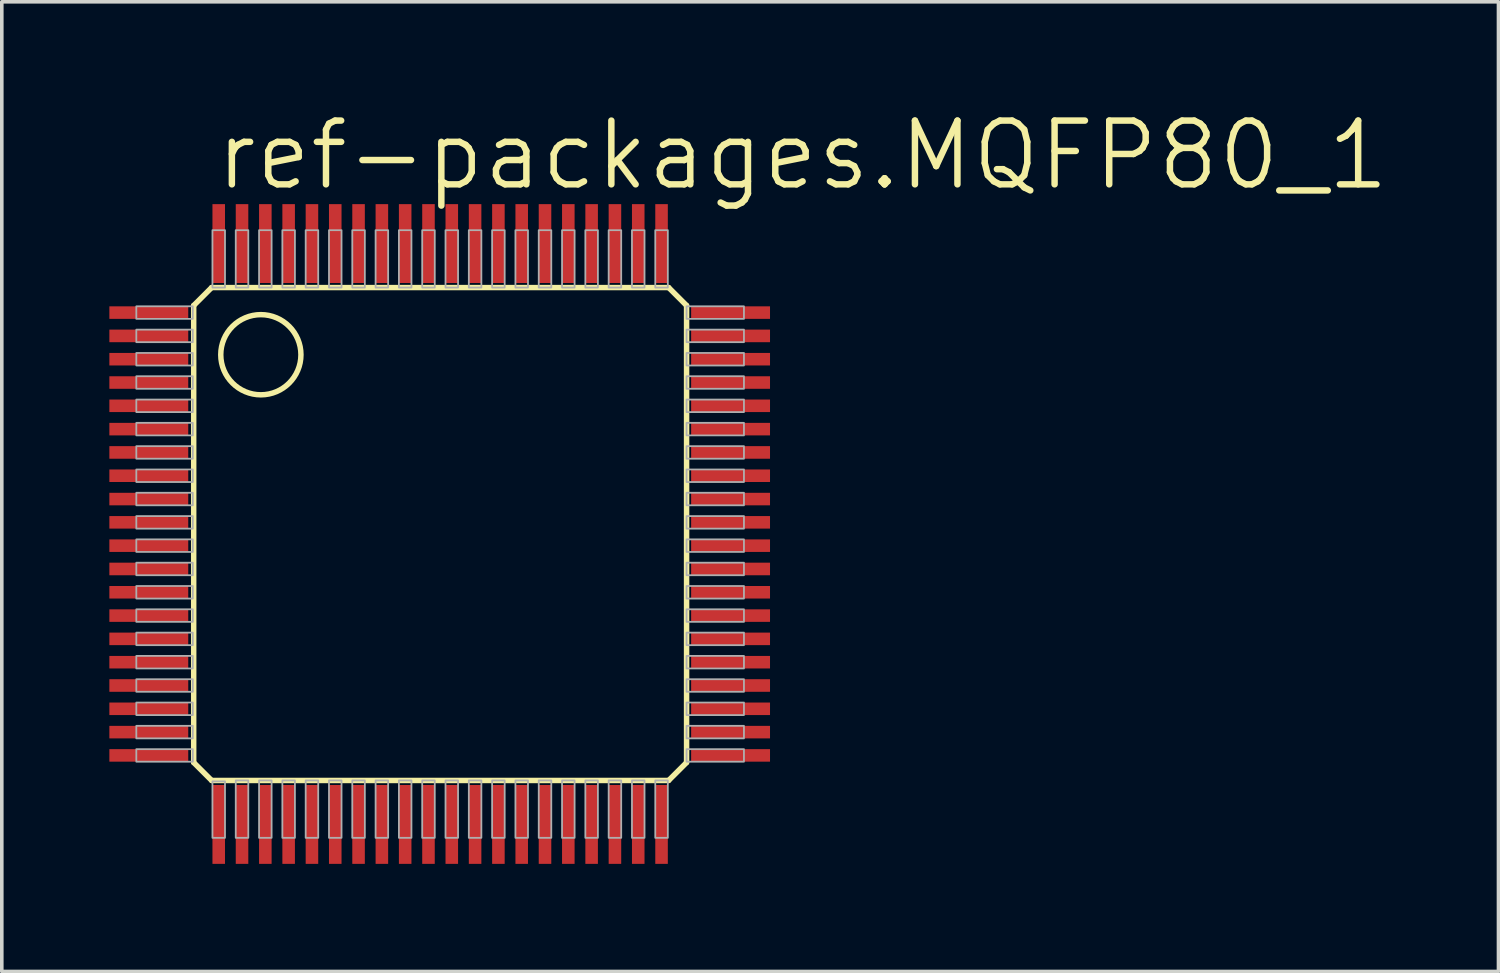
<source format=kicad_pcb>
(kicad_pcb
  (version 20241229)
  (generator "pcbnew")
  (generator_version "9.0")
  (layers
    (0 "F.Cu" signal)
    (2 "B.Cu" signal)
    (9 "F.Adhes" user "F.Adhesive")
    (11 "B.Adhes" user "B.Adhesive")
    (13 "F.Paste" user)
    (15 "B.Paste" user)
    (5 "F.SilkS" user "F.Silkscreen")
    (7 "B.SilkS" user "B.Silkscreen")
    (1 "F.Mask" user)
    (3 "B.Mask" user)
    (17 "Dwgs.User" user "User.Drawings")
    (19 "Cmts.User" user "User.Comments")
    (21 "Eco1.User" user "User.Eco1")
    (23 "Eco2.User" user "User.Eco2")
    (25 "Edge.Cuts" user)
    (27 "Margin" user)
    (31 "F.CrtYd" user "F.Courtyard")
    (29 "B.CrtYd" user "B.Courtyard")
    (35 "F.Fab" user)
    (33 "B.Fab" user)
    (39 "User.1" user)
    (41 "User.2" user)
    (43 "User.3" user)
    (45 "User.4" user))
  (footprint "ref-packages.MQFP80_1"
    (layer "F.Cu")
    (at 9.225 11.843)
    (property "Reference" "ref-packages.MQFP80_1" (at -6.35 -9.525 0) (layer "F.SilkS") (effects (font (size 1.778 1.778) (thickness 0.18)) (justify left bottom)))
    (attr smd)
    (fp_line (start -6.873 -6.373) (end -6.873 6.373) (stroke (width 0.152) (type default)) (layer "F.SilkS"))
    (fp_line (start -6.873 6.373) (end -6.373 6.873) (stroke (width 0.152) (type default)) (layer "F.SilkS"))
    (fp_line (start -6.373 -6.873) (end -6.873 -6.373) (stroke (width 0.152) (type default)) (layer "F.SilkS"))
    (fp_line (start -6.373 6.873) (end 6.373 6.873) (stroke (width 0.152) (type default)) (layer "F.SilkS"))
    (fp_line (start 6.373 -6.873) (end -6.373 -6.873) (stroke (width 0.152) (type default)) (layer "F.SilkS"))
    (fp_line (start 6.373 6.873) (end 6.873 6.373) (stroke (width 0.152) (type default)) (layer "F.SilkS"))
    (fp_line (start 6.873 -6.373) (end 6.373 -6.873) (stroke (width 0.152) (type default)) (layer "F.SilkS"))
    (fp_line (start 6.873 6.373) (end 6.873 -6.373) (stroke (width 0.152) (type default)) (layer "F.SilkS"))
    (fp_circle (center -5 -5) (end -3.882 -5) (stroke (width 0.152) (type default)) (fill no) (layer "F.SilkS"))
    (fp_rect (start -8.473 -6) (end -6.898 -6.35) (stroke (width 0.05) (type default)) (fill no) (layer "F.Fab"))
    (fp_rect (start -8.473 -5.35) (end -6.898 -5.7) (stroke (width 0.05) (type default)) (fill no) (layer "F.Fab"))
    (fp_rect (start -8.473 -4.7) (end -6.898 -5.05) (stroke (width 0.05) (type default)) (fill no) (layer "F.Fab"))
    (fp_rect (start -8.473 -4.05) (end -6.898 -4.4) (stroke (width 0.05) (type default)) (fill no) (layer "F.Fab"))
    (fp_rect (start -8.473 -3.4) (end -6.898 -3.75) (stroke (width 0.05) (type default)) (fill no) (layer "F.Fab"))
    (fp_rect (start -8.473 -2.75) (end -6.898 -3.1) (stroke (width 0.05) (type default)) (fill no) (layer "F.Fab"))
    (fp_rect (start -8.473 -2.1) (end -6.898 -2.45) (stroke (width 0.05) (type default)) (fill no) (layer "F.Fab"))
    (fp_rect (start -8.473 -1.45) (end -6.898 -1.8) (stroke (width 0.05) (type default)) (fill no) (layer "F.Fab"))
    (fp_rect (start -8.473 -0.8) (end -6.898 -1.15) (stroke (width 0.05) (type default)) (fill no) (layer "F.Fab"))
    (fp_rect (start -8.473 -0.15) (end -6.898 -0.5) (stroke (width 0.05) (type default)) (fill no) (layer "F.Fab"))
    (fp_rect (start -8.473 0.5) (end -6.898 0.15) (stroke (width 0.05) (type default)) (fill no) (layer "F.Fab"))
    (fp_rect (start -8.473 1.15) (end -6.898 0.8) (stroke (width 0.05) (type default)) (fill no) (layer "F.Fab"))
    (fp_rect (start -8.473 1.8) (end -6.898 1.45) (stroke (width 0.05) (type default)) (fill no) (layer "F.Fab"))
    (fp_rect (start -8.473 2.45) (end -6.898 2.1) (stroke (width 0.05) (type default)) (fill no) (layer "F.Fab"))
    (fp_rect (start -8.473 3.1) (end -6.898 2.75) (stroke (width 0.05) (type default)) (fill no) (layer "F.Fab"))
    (fp_rect (start -8.473 3.75) (end -6.898 3.4) (stroke (width 0.05) (type default)) (fill no) (layer "F.Fab"))
    (fp_rect (start -8.473 4.4) (end -6.898 4.05) (stroke (width 0.05) (type default)) (fill no) (layer "F.Fab"))
    (fp_rect (start -8.473 5.05) (end -6.898 4.7) (stroke (width 0.05) (type default)) (fill no) (layer "F.Fab"))
    (fp_rect (start -8.473 5.7) (end -6.898 5.35) (stroke (width 0.05) (type default)) (fill no) (layer "F.Fab"))
    (fp_rect (start -8.473 6.35) (end -6.898 6) (stroke (width 0.05) (type default)) (fill no) (layer "F.Fab"))
    (fp_rect (start -6.35 -6.873) (end -6 -8.473) (stroke (width 0.05) (type default)) (fill no) (layer "F.Fab"))
    (fp_rect (start -6.35 8.473) (end -6 6.898) (stroke (width 0.05) (type default)) (fill no) (layer "F.Fab"))
    (fp_rect (start -5.7 -6.873) (end -5.35 -8.473) (stroke (width 0.05) (type default)) (fill no) (layer "F.Fab"))
    (fp_rect (start -5.7 8.473) (end -5.35 6.873) (stroke (width 0.05) (type default)) (fill no) (layer "F.Fab"))
    (fp_rect (start -5.05 -6.873) (end -4.7 -8.473) (stroke (width 0.05) (type default)) (fill no) (layer "F.Fab"))
    (fp_rect (start -5.05 8.473) (end -4.7 6.873) (stroke (width 0.05) (type default)) (fill no) (layer "F.Fab"))
    (fp_rect (start -4.4 -6.873) (end -4.05 -8.473) (stroke (width 0.05) (type default)) (fill no) (layer "F.Fab"))
    (fp_rect (start -4.4 8.473) (end -4.05 6.873) (stroke (width 0.05) (type default)) (fill no) (layer "F.Fab"))
    (fp_rect (start -3.75 -6.873) (end -3.4 -8.473) (stroke (width 0.05) (type default)) (fill no) (layer "F.Fab"))
    (fp_rect (start -3.75 8.473) (end -3.4 6.873) (stroke (width 0.05) (type default)) (fill no) (layer "F.Fab"))
    (fp_rect (start -3.1 -6.873) (end -2.75 -8.473) (stroke (width 0.05) (type default)) (fill no) (layer "F.Fab"))
    (fp_rect (start -3.1 8.473) (end -2.75 6.873) (stroke (width 0.05) (type default)) (fill no) (layer "F.Fab"))
    (fp_rect (start -2.45 -6.873) (end -2.1 -8.473) (stroke (width 0.05) (type default)) (fill no) (layer "F.Fab"))
    (fp_rect (start -2.45 8.473) (end -2.1 6.873) (stroke (width 0.05) (type default)) (fill no) (layer "F.Fab"))
    (fp_rect (start -1.8 -6.873) (end -1.45 -8.473) (stroke (width 0.05) (type default)) (fill no) (layer "F.Fab"))
    (fp_rect (start -1.8 8.473) (end -1.45 6.873) (stroke (width 0.05) (type default)) (fill no) (layer "F.Fab"))
    (fp_rect (start -1.15 -6.873) (end -0.8 -8.473) (stroke (width 0.05) (type default)) (fill no) (layer "F.Fab"))
    (fp_rect (start -1.15 8.473) (end -0.8 6.873) (stroke (width 0.05) (type default)) (fill no) (layer "F.Fab"))
    (fp_rect (start -0.5 -6.873) (end -0.15 -8.473) (stroke (width 0.05) (type default)) (fill no) (layer "F.Fab"))
    (fp_rect (start -0.5 8.473) (end -0.15 6.873) (stroke (width 0.05) (type default)) (fill no) (layer "F.Fab"))
    (fp_rect (start 0.15 -6.873) (end 0.5 -8.473) (stroke (width 0.05) (type default)) (fill no) (layer "F.Fab"))
    (fp_rect (start 0.15 8.473) (end 0.5 6.873) (stroke (width 0.05) (type default)) (fill no) (layer "F.Fab"))
    (fp_rect (start 0.8 -6.873) (end 1.15 -8.473) (stroke (width 0.05) (type default)) (fill no) (layer "F.Fab"))
    (fp_rect (start 0.8 8.473) (end 1.15 6.873) (stroke (width 0.05) (type default)) (fill no) (layer "F.Fab"))
    (fp_rect (start 1.45 -6.873) (end 1.8 -8.473) (stroke (width 0.05) (type default)) (fill no) (layer "F.Fab"))
    (fp_rect (start 1.45 8.473) (end 1.8 6.873) (stroke (width 0.05) (type default)) (fill no) (layer "F.Fab"))
    (fp_rect (start 2.1 -6.873) (end 2.45 -8.473) (stroke (width 0.05) (type default)) (fill no) (layer "F.Fab"))
    (fp_rect (start 2.1 8.473) (end 2.45 6.873) (stroke (width 0.05) (type default)) (fill no) (layer "F.Fab"))
    (fp_rect (start 2.75 -6.873) (end 3.1 -8.473) (stroke (width 0.05) (type default)) (fill no) (layer "F.Fab"))
    (fp_rect (start 2.75 8.473) (end 3.1 6.873) (stroke (width 0.05) (type default)) (fill no) (layer "F.Fab"))
    (fp_rect (start 3.4 -6.873) (end 3.75 -8.473) (stroke (width 0.05) (type default)) (fill no) (layer "F.Fab"))
    (fp_rect (start 3.4 8.473) (end 3.75 6.873) (stroke (width 0.05) (type default)) (fill no) (layer "F.Fab"))
    (fp_rect (start 4.05 -6.873) (end 4.4 -8.473) (stroke (width 0.05) (type default)) (fill no) (layer "F.Fab"))
    (fp_rect (start 4.05 8.473) (end 4.4 6.873) (stroke (width 0.05) (type default)) (fill no) (layer "F.Fab"))
    (fp_rect (start 4.7 -6.873) (end 5.05 -8.473) (stroke (width 0.05) (type default)) (fill no) (layer "F.Fab"))
    (fp_rect (start 4.7 8.473) (end 5.05 6.873) (stroke (width 0.05) (type default)) (fill no) (layer "F.Fab"))
    (fp_rect (start 5.35 -6.873) (end 5.7 -8.473) (stroke (width 0.05) (type default)) (fill no) (layer "F.Fab"))
    (fp_rect (start 5.35 8.473) (end 5.7 6.873) (stroke (width 0.05) (type default)) (fill no) (layer "F.Fab"))
    (fp_rect (start 6 -6.873) (end 6.35 -8.473) (stroke (width 0.05) (type default)) (fill no) (layer "F.Fab"))
    (fp_rect (start 6 8.473) (end 6.35 6.873) (stroke (width 0.05) (type default)) (fill no) (layer "F.Fab"))
    (fp_rect (start 6.873 -6) (end 8.473 -6.35) (stroke (width 0.05) (type default)) (fill no) (layer "F.Fab"))
    (fp_rect (start 6.873 -5.35) (end 8.473 -5.7) (stroke (width 0.05) (type default)) (fill no) (layer "F.Fab"))
    (fp_rect (start 6.873 -4.7) (end 8.473 -5.05) (stroke (width 0.05) (type default)) (fill no) (layer "F.Fab"))
    (fp_rect (start 6.873 -4.05) (end 8.473 -4.4) (stroke (width 0.05) (type default)) (fill no) (layer "F.Fab"))
    (fp_rect (start 6.873 -3.4) (end 8.473 -3.75) (stroke (width 0.05) (type default)) (fill no) (layer "F.Fab"))
    (fp_rect (start 6.873 -2.75) (end 8.473 -3.1) (stroke (width 0.05) (type default)) (fill no) (layer "F.Fab"))
    (fp_rect (start 6.873 -2.1) (end 8.473 -2.45) (stroke (width 0.05) (type default)) (fill no) (layer "F.Fab"))
    (fp_rect (start 6.873 -1.45) (end 8.473 -1.8) (stroke (width 0.05) (type default)) (fill no) (layer "F.Fab"))
    (fp_rect (start 6.873 -0.8) (end 8.473 -1.15) (stroke (width 0.05) (type default)) (fill no) (layer "F.Fab"))
    (fp_rect (start 6.873 -0.15) (end 8.473 -0.5) (stroke (width 0.05) (type default)) (fill no) (layer "F.Fab"))
    (fp_rect (start 6.873 0.5) (end 8.473 0.15) (stroke (width 0.05) (type default)) (fill no) (layer "F.Fab"))
    (fp_rect (start 6.873 1.15) (end 8.473 0.8) (stroke (width 0.05) (type default)) (fill no) (layer "F.Fab"))
    (fp_rect (start 6.873 1.8) (end 8.473 1.45) (stroke (width 0.05) (type default)) (fill no) (layer "F.Fab"))
    (fp_rect (start 6.873 2.45) (end 8.473 2.1) (stroke (width 0.05) (type default)) (fill no) (layer "F.Fab"))
    (fp_rect (start 6.873 3.1) (end 8.473 2.75) (stroke (width 0.05) (type default)) (fill no) (layer "F.Fab"))
    (fp_rect (start 6.873 3.75) (end 8.473 3.4) (stroke (width 0.05) (type default)) (fill no) (layer "F.Fab"))
    (fp_rect (start 6.873 4.4) (end 8.473 4.05) (stroke (width 0.05) (type default)) (fill no) (layer "F.Fab"))
    (fp_rect (start 6.873 5.05) (end 8.473 4.7) (stroke (width 0.05) (type default)) (fill no) (layer "F.Fab"))
    (fp_rect (start 6.873 5.7) (end 8.473 5.35) (stroke (width 0.05) (type default)) (fill no) (layer "F.Fab"))
    (fp_rect (start 6.873 6.35) (end 8.473 6) (stroke (width 0.05) (type default)) (fill no) (layer "F.Fab"))
    (pad "1" smd roundrect (at -8.125 -6.175) (size 2.2 0.35) (layers "F.Cu" "F.Mask" "F.Paste") (roundrect_rratio 0.01))
    (pad "2" smd roundrect (at -8.125 -5.525) (size 2.2 0.35) (layers "F.Cu" "F.Mask" "F.Paste") (roundrect_rratio 0.01))
    (pad "3" smd roundrect (at -8.125 -4.875) (size 2.2 0.35) (layers "F.Cu" "F.Mask" "F.Paste") (roundrect_rratio 0.01))
    (pad "4" smd roundrect (at -8.125 -4.225) (size 2.2 0.35) (layers "F.Cu" "F.Mask" "F.Paste") (roundrect_rratio 0.01))
    (pad "5" smd roundrect (at -8.125 -3.575) (size 2.2 0.35) (layers "F.Cu" "F.Mask" "F.Paste") (roundrect_rratio 0.01))
    (pad "6" smd roundrect (at -8.125 -2.925) (size 2.2 0.35) (layers "F.Cu" "F.Mask" "F.Paste") (roundrect_rratio 0.01))
    (pad "7" smd roundrect (at -8.125 -2.275) (size 2.2 0.35) (layers "F.Cu" "F.Mask" "F.Paste") (roundrect_rratio 0.01))
    (pad "8" smd roundrect (at -8.125 -1.625) (size 2.2 0.35) (layers "F.Cu" "F.Mask" "F.Paste") (roundrect_rratio 0.01))
    (pad "9" smd roundrect (at -8.125 -0.975) (size 2.2 0.35) (layers "F.Cu" "F.Mask" "F.Paste") (roundrect_rratio 0.01))
    (pad "10" smd roundrect (at -8.125 -0.325) (size 2.2 0.35) (layers "F.Cu" "F.Mask" "F.Paste") (roundrect_rratio 0.01))
    (pad "11" smd roundrect (at -8.125 0.325) (size 2.2 0.35) (layers "F.Cu" "F.Mask" "F.Paste") (roundrect_rratio 0.01))
    (pad "12" smd roundrect (at -8.125 0.975) (size 2.2 0.35) (layers "F.Cu" "F.Mask" "F.Paste") (roundrect_rratio 0.01))
    (pad "13" smd roundrect (at -8.125 1.625) (size 2.2 0.35) (layers "F.Cu" "F.Mask" "F.Paste") (roundrect_rratio 0.01))
    (pad "14" smd roundrect (at -8.125 2.275) (size 2.2 0.35) (layers "F.Cu" "F.Mask" "F.Paste") (roundrect_rratio 0.01))
    (pad "15" smd roundrect (at -8.125 2.925) (size 2.2 0.35) (layers "F.Cu" "F.Mask" "F.Paste") (roundrect_rratio 0.01))
    (pad "16" smd roundrect (at -8.125 3.575) (size 2.2 0.35) (layers "F.Cu" "F.Mask" "F.Paste") (roundrect_rratio 0.01))
    (pad "17" smd roundrect (at -8.125 4.225) (size 2.2 0.35) (layers "F.Cu" "F.Mask" "F.Paste") (roundrect_rratio 0.01))
    (pad "18" smd roundrect (at -8.125 4.875) (size 2.2 0.35) (layers "F.Cu" "F.Mask" "F.Paste") (roundrect_rratio 0.01))
    (pad "19" smd roundrect (at -8.125 5.525) (size 2.2 0.35) (layers "F.Cu" "F.Mask" "F.Paste") (roundrect_rratio 0.01))
    (pad "20" smd roundrect (at -8.125 6.175) (size 2.2 0.35) (layers "F.Cu" "F.Mask" "F.Paste") (roundrect_rratio 0.01))
    (pad "21" smd roundrect (at -6.175 8.1) (size 0.35 2.2) (layers "F.Cu" "F.Mask" "F.Paste") (roundrect_rratio 0.01))
    (pad "22" smd roundrect (at -5.525 8.1) (size 0.35 2.2) (layers "F.Cu" "F.Mask" "F.Paste") (roundrect_rratio 0.01))
    (pad "23" smd roundrect (at -4.875 8.1) (size 0.35 2.2) (layers "F.Cu" "F.Mask" "F.Paste") (roundrect_rratio 0.01))
    (pad "24" smd roundrect (at -4.225 8.1) (size 0.35 2.2) (layers "F.Cu" "F.Mask" "F.Paste") (roundrect_rratio 0.01))
    (pad "25" smd roundrect (at -3.575 8.1) (size 0.35 2.2) (layers "F.Cu" "F.Mask" "F.Paste") (roundrect_rratio 0.01))
    (pad "26" smd roundrect (at -2.925 8.1) (size 0.35 2.2) (layers "F.Cu" "F.Mask" "F.Paste") (roundrect_rratio 0.01))
    (pad "27" smd roundrect (at -2.275 8.1) (size 0.35 2.2) (layers "F.Cu" "F.Mask" "F.Paste") (roundrect_rratio 0.01))
    (pad "28" smd roundrect (at -1.625 8.1) (size 0.35 2.2) (layers "F.Cu" "F.Mask" "F.Paste") (roundrect_rratio 0.01))
    (pad "29" smd roundrect (at -0.975 8.1) (size 0.35 2.2) (layers "F.Cu" "F.Mask" "F.Paste") (roundrect_rratio 0.01))
    (pad "30" smd roundrect (at -0.325 8.1) (size 0.35 2.2) (layers "F.Cu" "F.Mask" "F.Paste") (roundrect_rratio 0.01))
    (pad "31" smd roundrect (at 0.325 8.1) (size 0.35 2.2) (layers "F.Cu" "F.Mask" "F.Paste") (roundrect_rratio 0.01))
    (pad "32" smd roundrect (at 0.975 8.1) (size 0.35 2.2) (layers "F.Cu" "F.Mask" "F.Paste") (roundrect_rratio 0.01))
    (pad "33" smd roundrect (at 1.625 8.1) (size 0.35 2.2) (layers "F.Cu" "F.Mask" "F.Paste") (roundrect_rratio 0.01))
    (pad "34" smd roundrect (at 2.275 8.1) (size 0.35 2.2) (layers "F.Cu" "F.Mask" "F.Paste") (roundrect_rratio 0.01))
    (pad "35" smd roundrect (at 2.925 8.1) (size 0.35 2.2) (layers "F.Cu" "F.Mask" "F.Paste") (roundrect_rratio 0.01))
    (pad "36" smd roundrect (at 3.575 8.1) (size 0.35 2.2) (layers "F.Cu" "F.Mask" "F.Paste") (roundrect_rratio 0.01))
    (pad "37" smd roundrect (at 4.225 8.1) (size 0.35 2.2) (layers "F.Cu" "F.Mask" "F.Paste") (roundrect_rratio 0.01))
    (pad "38" smd roundrect (at 4.875 8.1) (size 0.35 2.2) (layers "F.Cu" "F.Mask" "F.Paste") (roundrect_rratio 0.01))
    (pad "39" smd roundrect (at 5.525 8.1) (size 0.35 2.2) (layers "F.Cu" "F.Mask" "F.Paste") (roundrect_rratio 0.01))
    (pad "40" smd roundrect (at 6.175 8.1) (size 0.35 2.2) (layers "F.Cu" "F.Mask" "F.Paste") (roundrect_rratio 0.01))
    (pad "41" smd roundrect (at 8.1 6.175) (size 2.2 0.35) (layers "F.Cu" "F.Mask" "F.Paste") (roundrect_rratio 0.01))
    (pad "42" smd roundrect (at 8.1 5.525) (size 2.2 0.35) (layers "F.Cu" "F.Mask" "F.Paste") (roundrect_rratio 0.01))
    (pad "43" smd roundrect (at 8.1 4.875) (size 2.2 0.35) (layers "F.Cu" "F.Mask" "F.Paste") (roundrect_rratio 0.01))
    (pad "44" smd roundrect (at 8.1 4.225) (size 2.2 0.35) (layers "F.Cu" "F.Mask" "F.Paste") (roundrect_rratio 0.01))
    (pad "45" smd roundrect (at 8.1 3.575) (size 2.2 0.35) (layers "F.Cu" "F.Mask" "F.Paste") (roundrect_rratio 0.01))
    (pad "46" smd roundrect (at 8.1 2.925) (size 2.2 0.35) (layers "F.Cu" "F.Mask" "F.Paste") (roundrect_rratio 0.01))
    (pad "47" smd roundrect (at 8.1 2.275) (size 2.2 0.35) (layers "F.Cu" "F.Mask" "F.Paste") (roundrect_rratio 0.01))
    (pad "48" smd roundrect (at 8.1 1.625) (size 2.2 0.35) (layers "F.Cu" "F.Mask" "F.Paste") (roundrect_rratio 0.01))
    (pad "49" smd roundrect (at 8.1 0.975) (size 2.2 0.35) (layers "F.Cu" "F.Mask" "F.Paste") (roundrect_rratio 0.01))
    (pad "50" smd roundrect (at 8.1 0.325) (size 2.2 0.35) (layers "F.Cu" "F.Mask" "F.Paste") (roundrect_rratio 0.01))
    (pad "51" smd roundrect (at 8.1 -0.325) (size 2.2 0.35) (layers "F.Cu" "F.Mask" "F.Paste") (roundrect_rratio 0.01))
    (pad "52" smd roundrect (at 8.1 -0.975) (size 2.2 0.35) (layers "F.Cu" "F.Mask" "F.Paste") (roundrect_rratio 0.01))
    (pad "53" smd roundrect (at 8.1 -1.625) (size 2.2 0.35) (layers "F.Cu" "F.Mask" "F.Paste") (roundrect_rratio 0.01))
    (pad "54" smd roundrect (at 8.1 -2.275) (size 2.2 0.35) (layers "F.Cu" "F.Mask" "F.Paste") (roundrect_rratio 0.01))
    (pad "55" smd roundrect (at 8.1 -2.925) (size 2.2 0.35) (layers "F.Cu" "F.Mask" "F.Paste") (roundrect_rratio 0.01))
    (pad "56" smd roundrect (at 8.1 -3.575) (size 2.2 0.35) (layers "F.Cu" "F.Mask" "F.Paste") (roundrect_rratio 0.01))
    (pad "57" smd roundrect (at 8.1 -4.225) (size 2.2 0.35) (layers "F.Cu" "F.Mask" "F.Paste") (roundrect_rratio 0.01))
    (pad "58" smd roundrect (at 8.1 -4.875) (size 2.2 0.35) (layers "F.Cu" "F.Mask" "F.Paste") (roundrect_rratio 0.01))
    (pad "59" smd roundrect (at 8.1 -5.525) (size 2.2 0.35) (layers "F.Cu" "F.Mask" "F.Paste") (roundrect_rratio 0.01))
    (pad "60" smd roundrect (at 8.1 -6.175) (size 2.2 0.35) (layers "F.Cu" "F.Mask" "F.Paste") (roundrect_rratio 0.01))
    (pad "61" smd roundrect (at 6.175 -8.1) (size 0.35 2.2) (layers "F.Cu" "F.Mask" "F.Paste") (roundrect_rratio 0.01))
    (pad "62" smd roundrect (at 5.525 -8.1) (size 0.35 2.2) (layers "F.Cu" "F.Mask" "F.Paste") (roundrect_rratio 0.01))
    (pad "63" smd roundrect (at 4.875 -8.1) (size 0.35 2.2) (layers "F.Cu" "F.Mask" "F.Paste") (roundrect_rratio 0.01))
    (pad "64" smd roundrect (at 4.225 -8.1) (size 0.35 2.2) (layers "F.Cu" "F.Mask" "F.Paste") (roundrect_rratio 0.01))
    (pad "65" smd roundrect (at 3.575 -8.1) (size 0.35 2.2) (layers "F.Cu" "F.Mask" "F.Paste") (roundrect_rratio 0.01))
    (pad "66" smd roundrect (at 2.925 -8.1) (size 0.35 2.2) (layers "F.Cu" "F.Mask" "F.Paste") (roundrect_rratio 0.01))
    (pad "67" smd roundrect (at 2.275 -8.1) (size 0.35 2.2) (layers "F.Cu" "F.Mask" "F.Paste") (roundrect_rratio 0.01))
    (pad "68" smd roundrect (at 1.625 -8.1) (size 0.35 2.2) (layers "F.Cu" "F.Mask" "F.Paste") (roundrect_rratio 0.01))
    (pad "69" smd roundrect (at 0.975 -8.1) (size 0.35 2.2) (layers "F.Cu" "F.Mask" "F.Paste") (roundrect_rratio 0.01))
    (pad "70" smd roundrect (at 0.325 -8.1) (size 0.35 2.2) (layers "F.Cu" "F.Mask" "F.Paste") (roundrect_rratio 0.01))
    (pad "71" smd roundrect (at -0.325 -8.1) (size 0.35 2.2) (layers "F.Cu" "F.Mask" "F.Paste") (roundrect_rratio 0.01))
    (pad "72" smd roundrect (at -0.975 -8.1) (size 0.35 2.2) (layers "F.Cu" "F.Mask" "F.Paste") (roundrect_rratio 0.01))
    (pad "73" smd roundrect (at -1.625 -8.1) (size 0.35 2.2) (layers "F.Cu" "F.Mask" "F.Paste") (roundrect_rratio 0.01))
    (pad "74" smd roundrect (at -2.275 -8.1) (size 0.35 2.2) (layers "F.Cu" "F.Mask" "F.Paste") (roundrect_rratio 0.01))
    (pad "75" smd roundrect (at -2.925 -8.1) (size 0.35 2.2) (layers "F.Cu" "F.Mask" "F.Paste") (roundrect_rratio 0.01))
    (pad "76" smd roundrect (at -3.575 -8.1) (size 0.35 2.2) (layers "F.Cu" "F.Mask" "F.Paste") (roundrect_rratio 0.01))
    (pad "77" smd roundrect (at -4.225 -8.1) (size 0.35 2.2) (layers "F.Cu" "F.Mask" "F.Paste") (roundrect_rratio 0.01))
    (pad "78" smd roundrect (at -4.875 -8.1) (size 0.35 2.2) (layers "F.Cu" "F.Mask" "F.Paste") (roundrect_rratio 0.01))
    (pad "79" smd roundrect (at -5.525 -8.1) (size 0.35 2.2) (layers "F.Cu" "F.Mask" "F.Paste") (roundrect_rratio 0.01))
    (pad "80" smd roundrect (at -6.175 -8.1) (size 0.35 2.2) (layers "F.Cu" "F.Mask" "F.Paste") (roundrect_rratio 0.01)))
  (gr_rect
    (start -3 -3)
    (end 38.741 24.043)
    (stroke (width 0.1) (type default))
    (fill no)
    (layer "Edge.Cuts")))
</source>
